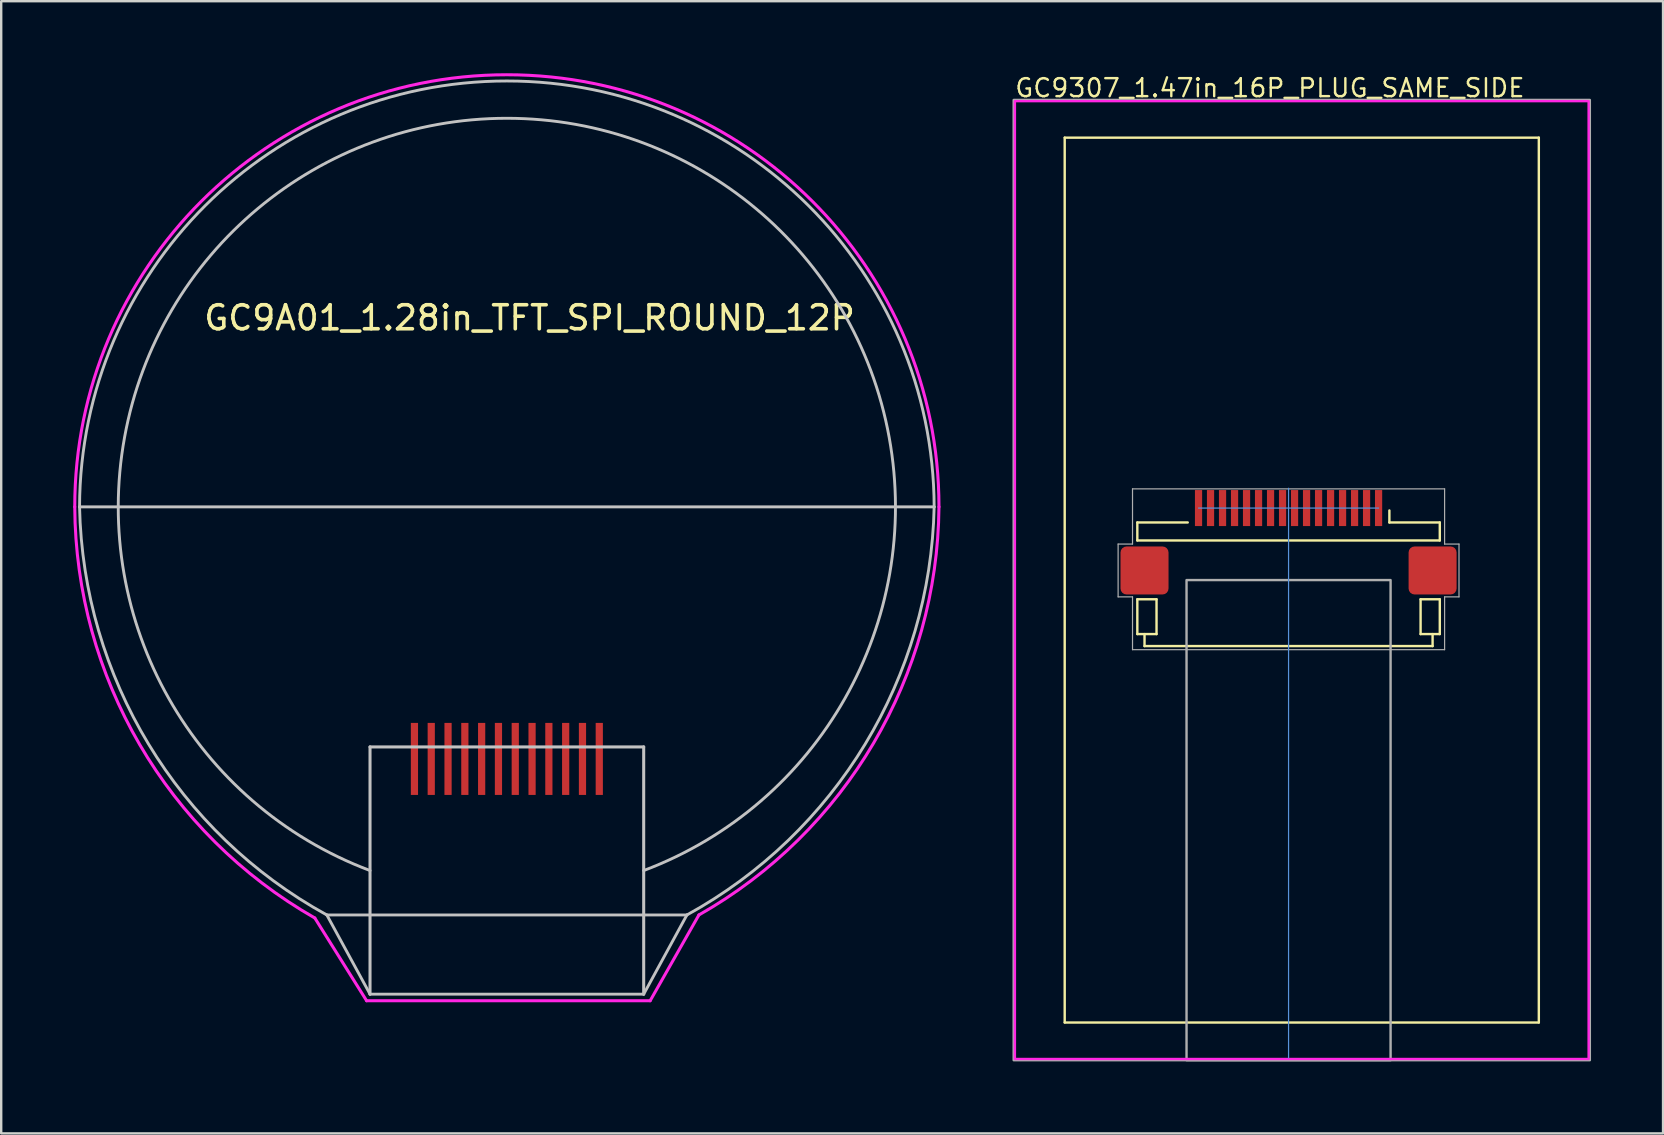
<source format=kicad_pcb>
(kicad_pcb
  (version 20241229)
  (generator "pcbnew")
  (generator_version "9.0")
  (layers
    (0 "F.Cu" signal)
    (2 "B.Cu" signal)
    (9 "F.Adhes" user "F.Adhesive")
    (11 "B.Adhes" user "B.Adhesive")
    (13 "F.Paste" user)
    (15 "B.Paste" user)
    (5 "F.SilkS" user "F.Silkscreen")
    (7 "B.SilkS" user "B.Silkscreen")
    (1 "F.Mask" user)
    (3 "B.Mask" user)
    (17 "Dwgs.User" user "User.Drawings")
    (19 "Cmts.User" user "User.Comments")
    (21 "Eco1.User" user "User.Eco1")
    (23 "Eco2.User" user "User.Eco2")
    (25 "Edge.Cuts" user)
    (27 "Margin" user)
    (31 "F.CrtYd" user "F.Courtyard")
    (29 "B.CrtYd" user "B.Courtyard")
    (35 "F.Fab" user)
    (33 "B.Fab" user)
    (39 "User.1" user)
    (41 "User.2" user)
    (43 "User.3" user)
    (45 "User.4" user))
  (footprint "GC9A01_1.28in_TFT_SPI_ROUND_12P"
    (layer "F.Cu")
    (at 18.064 18.064)
    (property "Reference" "GC9A01_1.28in_TFT_SPI_ROUND_12P" (at -12.7 -7.874 0) (layer "F.SilkS") (effects (font (size 1 1) (thickness 0.15)) (justify left)))
    (attr through_hole)
    (fp_line (start -17.8 0) (end 17.8 0) (stroke (width 0.12) (type solid)) (layer "Dwgs.User"))
    (fp_line (start -7.5 17) (end 7.5 17) (stroke (width 0.12) (type solid)) (layer "Dwgs.User"))
    (fp_line (start -5.7 20.3) (end -7.5 17) (stroke (width 0.12) (type solid)) (layer "Dwgs.User"))
    (fp_line (start -5.7 20.3) (end 5.7 20.3) (stroke (width 0.12) (type solid)) (layer "Dwgs.User"))
    (fp_line (start -5.7 10) (end -5.7 20.3) (stroke (width 0.127) (type solid)) (layer "Dwgs.User"))
    (fp_line (start -5.7 10) (end 5.7 10) (stroke (width 0.127) (type solid)) (layer "Dwgs.User"))
    (fp_line (start 5.7 10) (end 5.7 20.3) (stroke (width 0.127) (type solid)) (layer "Dwgs.User"))
    (fp_line (start 5.7 20.3) (end 7.5 17) (stroke (width 0.12) (type solid)) (layer "Dwgs.User"))
    (fp_arc (start -17.8 0) (mid 0 -17.753461) (end 17.8 0) (stroke (width 0.12) (type solid)) (layer "Dwgs.User"))
    (fp_arc (start -7.5 17) (mid -14.927568 9.879938) (end -17.8 0) (stroke (width 0.12) (type solid)) (layer "Dwgs.User"))
    (fp_arc (start -5.699999 15.149999) (mid 0 -16.186799) (end 5.699999 15.149999) (stroke (width 0.12) (type solid)) (layer "Dwgs.User"))
    (fp_arc (start 17.8 0) (mid 14.927568 9.879938) (end 7.5 17) (stroke (width 0.12) (type solid)) (layer "Dwgs.User"))
    (fp_line (start -5.842 20.574) (end -8 17.127) (stroke (width 0.127) (type solid)) (layer "F.CrtYd"))
    (fp_line (start -5.842 20.574) (end 5.969 20.574) (stroke (width 0.127) (type solid)) (layer "F.CrtYd"))
    (fp_line (start 5.969 20.574) (end 8 17) (stroke (width 0.127) (type solid)) (layer "F.CrtYd"))
    (fp_arc (start -18 0) (mid 0 -18) (end 18 0) (stroke (width 0.127) (type solid)) (layer "F.CrtYd"))
    (fp_arc (start -7.999999 17.126999) (mid -15.294582 9.903246) (end -18 0) (stroke (width 0.127) (type solid)) (layer "F.CrtYd"))
    (fp_arc (start 18 0) (mid 15.277568 9.839746) (end 7.999999 16.999999) (stroke (width 0.127) (type solid)) (layer "F.CrtYd"))
    (pad "1" smd rect (at 3.85 10.5 270) (size 3 0.3) (layers "F.Cu" "F.Mask" "F.Paste"))
    (pad "2" smd rect (at 3.15 10.5 270) (size 3 0.3) (layers "F.Cu" "F.Mask" "F.Paste"))
    (pad "3" smd rect (at 2.45 10.5 270) (size 3 0.3) (layers "F.Cu" "F.Mask" "F.Paste"))
    (pad "4" smd rect (at 1.75 10.5 270) (size 3 0.3) (layers "F.Cu" "F.Mask" "F.Paste"))
    (pad "5" smd rect (at 1.05 10.5 270) (size 3 0.3) (layers "F.Cu" "F.Mask" "F.Paste"))
    (pad "6" smd rect (at 0.35 10.5 270) (size 3 0.3) (layers "F.Cu" "F.Mask" "F.Paste"))
    (pad "7" smd rect (at -0.35 10.5 270) (size 3 0.3) (layers "F.Cu" "F.Mask" "F.Paste"))
    (pad "8" smd rect (at -1.05 10.5 270) (size 3 0.3) (layers "F.Cu" "F.Mask" "F.Paste"))
    (pad "9" smd rect (at -1.75 10.5 270) (size 3 0.3) (layers "F.Cu" "F.Mask" "F.Paste"))
    (pad "10" smd rect (at -2.45 10.5 270) (size 3 0.3) (layers "F.Cu" "F.Mask" "F.Paste"))
    (pad "11" smd rect (at -3.15 10.5 270) (size 3 0.3) (layers "F.Cu" "F.Mask" "F.Paste"))
    (pad "12" smd rect (at -3.85 10.5 270) (size 3 0.3) (layers "F.Cu" "F.Mask" "F.Paste")))
  (footprint "GC9307_1.47in_16P_PLUG_SAME_SIDE"
    (layer "F.Cu")
    (at 51.177 21.114)
    (property "Reference" "GC9307_1.47in_16P_PLUG_SAME_SIDE" (at -12 -20.5 0) (layer "F.SilkS") (effects (font (size 0.75 0.75) (thickness 0.1)) (justify left)))
    (attr smd)
    (fp_line (start -9.875 -18.43) (end -9.875 18.43) (stroke (width 0.1) (type solid)) (layer "F.SilkS"))
    (fp_line (start -9.875 -18.43) (end 9.875 -18.43) (stroke (width 0.1) (type solid)) (layer "F.SilkS"))
    (fp_line (start -9.875 18.43) (end 9.875 18.43) (stroke (width 0.1) (type solid)) (layer "F.SilkS"))
    (fp_line (start -6.85 -2.4) (end -6.85 -1.65) (stroke (width 0.1) (type solid)) (layer "F.SilkS"))
    (fp_line (start -6.85 0.8) (end -6.85 2.25) (stroke (width 0.1) (type solid)) (layer "F.SilkS"))
    (fp_line (start -6.55 2.75) (end -6.55 2.25) (stroke (width 0.1) (type default)) (layer "F.SilkS"))
    (fp_line (start -6.55 2.75) (end 5.45 2.75) (stroke (width 0.1) (type solid)) (layer "F.SilkS"))
    (fp_line (start -6.05 0.8) (end -6.85 0.8) (stroke (width 0.1) (type default)) (layer "F.SilkS"))
    (fp_line (start -6.05 0.8) (end -6.05 2.25) (stroke (width 0.1) (type default)) (layer "F.SilkS"))
    (fp_line (start -6.05 2.25) (end -6.85 2.25) (stroke (width 0.1) (type default)) (layer "F.SilkS"))
    (fp_line (start -4.75 -2.4) (end -6.85 -2.4) (stroke (width 0.1) (type solid)) (layer "F.SilkS"))
    (fp_line (start 3.65 -2.4) (end 3.65 -2.9) (stroke (width 0.1) (type solid)) (layer "F.SilkS"))
    (fp_line (start 3.65 -2.4) (end 5.75 -2.4) (stroke (width 0.1) (type solid)) (layer "F.SilkS"))
    (fp_line (start 4.95 2.25) (end 4.95 0.8) (stroke (width 0.1) (type default)) (layer "F.SilkS"))
    (fp_line (start 5.45 2.75) (end 5.45 2.25) (stroke (width 0.1) (type default)) (layer "F.SilkS"))
    (fp_line (start 5.75 -2.4) (end 5.75 -1.65) (stroke (width 0.1) (type solid)) (layer "F.SilkS"))
    (fp_line (start 5.75 -1.65) (end -6.85 -1.65) (stroke (width 0.1) (type default)) (layer "F.SilkS"))
    (fp_line (start 5.75 0.8) (end 4.95 0.8) (stroke (width 0.1) (type default)) (layer "F.SilkS"))
    (fp_line (start 5.75 0.8) (end 5.75 2.25) (stroke (width 0.1) (type solid)) (layer "F.SilkS"))
    (fp_line (start 5.75 2.25) (end 4.95 2.25) (stroke (width 0.1) (type default)) (layer "F.SilkS"))
    (fp_line (start 9.875 -18.43) (end 9.875 18.43) (stroke (width 0.1) (type solid)) (layer "F.SilkS"))
    (fp_line (start -4.3 -3) (end 3.2 -3) (stroke (width 0.05) (type solid)) (layer "Cmts.User"))
    (fp_line (start -0.55 -3.825) (end -0.55 19.9) (stroke (width 0.05) (type solid)) (layer "Cmts.User"))
    (fp_rect (start -11.95 -19.95) (end 11.95 19.95) (stroke (width 0.1) (type solid)) (fill no) (layer "F.CrtYd"))
    (fp_line (start -7.65 -1.5) (end -7.05 -1.5) (stroke (width 0.05) (type solid)) (layer "F.Fab"))
    (fp_line (start -7.65 0.7) (end -7.65 -1.5) (stroke (width 0.05) (type solid)) (layer "F.Fab"))
    (fp_line (start -7.05 -1.5) (end -7.05 -3.8) (stroke (width 0.05) (type solid)) (layer "F.Fab"))
    (fp_line (start -7.05 0.7) (end -7.65 0.7) (stroke (width 0.05) (type solid)) (layer "F.Fab"))
    (fp_line (start -7.05 2.9) (end -7.05 0.7) (stroke (width 0.05) (type solid)) (layer "F.Fab"))
    (fp_line (start -7.05 2.9) (end 5.95 2.9) (stroke (width 0.05) (type solid)) (layer "F.Fab"))
    (fp_line (start 5.95 -3.8) (end -7.05 -3.8) (stroke (width 0.05) (type solid)) (layer "F.Fab"))
    (fp_line (start 5.95 -1.5) (end 5.95 -3.8) (stroke (width 0.05) (type solid)) (layer "F.Fab"))
    (fp_line (start 5.95 0.7) (end 6.55 0.7) (stroke (width 0.05) (type solid)) (layer "F.Fab"))
    (fp_line (start 5.95 2.9) (end 5.95 0.7) (stroke (width 0.05) (type solid)) (layer "F.Fab"))
    (fp_line (start 6.55 -1.5) (end 5.95 -1.5) (stroke (width 0.05) (type solid)) (layer "F.Fab"))
    (fp_line (start 6.55 0.7) (end 6.55 -1.5) (stroke (width 0.05) (type solid)) (layer "F.Fab"))
    (fp_rect (start -12 -20) (end 12 20) (stroke (width 0.1) (type solid)) (fill no) (layer "F.Fab"))
    (fp_rect (start -4.8 0) (end 3.7 20) (stroke (width 0.1) (type solid)) (fill no) (layer "F.Fab"))
    (pad "1" smd rect (at 3.2 -3) (size 0.3 1.5) (layers "F.Cu" "F.Mask" "F.Paste"))
    (pad "2" smd rect (at 2.7 -3) (size 0.3 1.5) (layers "F.Cu" "F.Mask" "F.Paste"))
    (pad "3" smd rect (at 2.2 -3) (size 0.3 1.5) (layers "F.Cu" "F.Mask" "F.Paste"))
    (pad "4" smd rect (at 1.7 -3) (size 0.3 1.5) (layers "F.Cu" "F.Mask" "F.Paste"))
    (pad "5" smd rect (at 1.2 -3) (size 0.3 1.5) (layers "F.Cu" "F.Mask" "F.Paste"))
    (pad "6" smd rect (at 0.7 -3) (size 0.3 1.5) (layers "F.Cu" "F.Mask" "F.Paste"))
    (pad "7" smd rect (at 0.2 -3) (size 0.3 1.5) (layers "F.Cu" "F.Mask" "F.Paste"))
    (pad "8" smd rect (at -0.3 -3) (size 0.3 1.5) (layers "F.Cu" "F.Mask" "F.Paste"))
    (pad "9" smd rect (at -0.8 -3) (size 0.3 1.5) (layers "F.Cu" "F.Mask" "F.Paste"))
    (pad "10" smd rect (at -1.3 -3) (size 0.3 1.5) (layers "F.Cu" "F.Mask" "F.Paste"))
    (pad "11" smd rect (at -1.8 -3) (size 0.3 1.5) (layers "F.Cu" "F.Mask" "F.Paste"))
    (pad "12" smd rect (at -2.3 -3) (size 0.3 1.5) (layers "F.Cu" "F.Mask" "F.Paste"))
    (pad "13" smd rect (at -2.8 -3) (size 0.3 1.5) (layers "F.Cu" "F.Mask" "F.Paste"))
    (pad "14" smd rect (at -3.3 -3) (size 0.3 1.5) (layers "F.Cu" "F.Mask" "F.Paste"))
    (pad "15" smd rect (at -3.8 -3) (size 0.3 1.5) (layers "F.Cu" "F.Mask" "F.Paste"))
    (pad "16" smd rect (at -4.3 -3) (size 0.3 1.5) (layers "F.Cu" "F.Mask" "F.Paste"))
    (pad "MP" smd roundrect (at -6.55 -0.4) (size 2 2) (layers "F.Cu" "F.Mask" "F.Paste") (roundrect_rratio 0.125))
    (pad "MP" smd roundrect (at 5.45 -0.4 90) (size 2 2) (layers "F.Cu" "F.Mask" "F.Paste") (roundrect_rratio 0.125)))
  (gr_rect
    (start -3 -3)
    (end 66.227 44.164)
    (stroke (width 0.1) (type default))
    (fill no)
    (layer "Edge.Cuts")))
</source>
